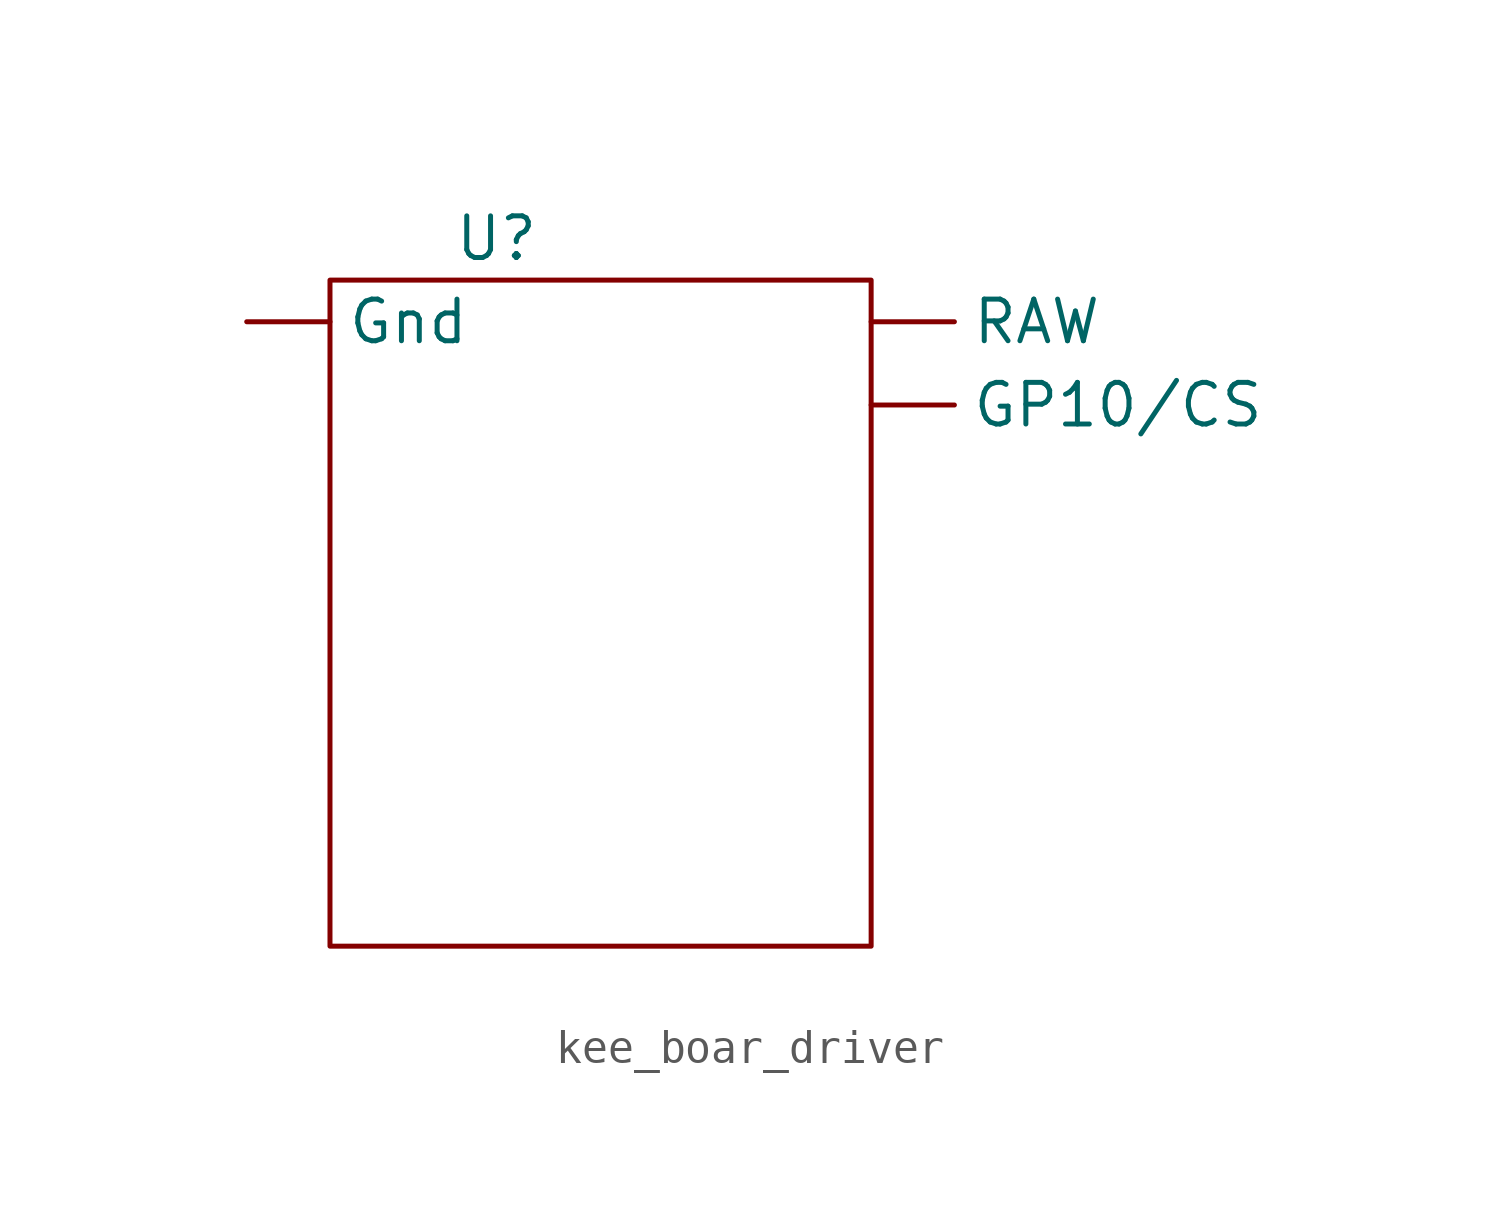
<source format=kicad_sym>
(kicad_symbol_lib
  (version 20220914)
  (generator kicad_symbol_editor)
  (symbol "kee_boar_driver"
    (property "Reference" "U"
      (at 0 0 0)
      (effects (font (size 1.27 1.27))))
    (property "Value" ""
      (at 0 0 0)
      (effects (font (size 1.27 1.27))))
    (symbol "kee_boar_driver_0_1"
      (rectangle (start -5.08 -1.27) (end 11.43 -21.59) (stroke (width 0) (type default)) (fill (type none))))
    (symbol "kee_boar_driver_1_1"
      (pin output line (at 11.43 -5.08 0) (length 2.54) (name "GP10/CS" (effects (font (size 1.27 1.27)))) (number "" (effects (font (size 1.27 1.27)))))
      (pin power_out line (at -7.62 -2.54 0) (length 2.54) (name "Gnd" (effects (font (size 1.27 1.27)))) (number "" (effects (font (size 1.27 1.27)))))
      (pin power_out line (at 11.43 -2.54 0) (length 2.54) (name "RAW" (effects (font (size 1.27 1.27)))) (number "" (effects (font (size 1.27 1.27))))))))
</source>
